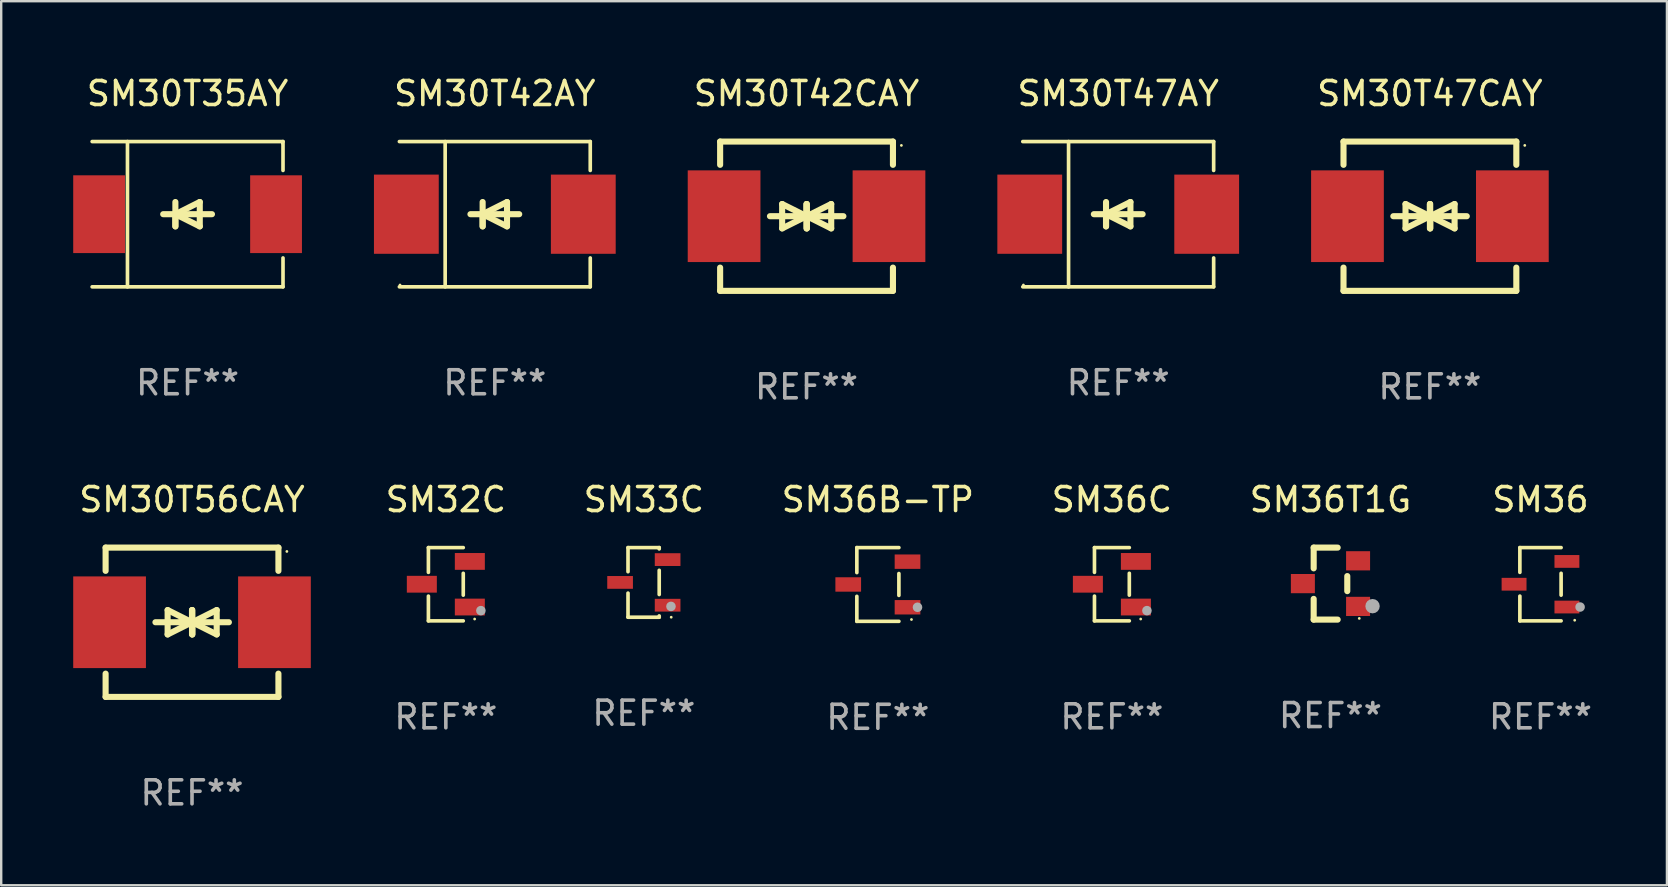
<source format=kicad_pcb>
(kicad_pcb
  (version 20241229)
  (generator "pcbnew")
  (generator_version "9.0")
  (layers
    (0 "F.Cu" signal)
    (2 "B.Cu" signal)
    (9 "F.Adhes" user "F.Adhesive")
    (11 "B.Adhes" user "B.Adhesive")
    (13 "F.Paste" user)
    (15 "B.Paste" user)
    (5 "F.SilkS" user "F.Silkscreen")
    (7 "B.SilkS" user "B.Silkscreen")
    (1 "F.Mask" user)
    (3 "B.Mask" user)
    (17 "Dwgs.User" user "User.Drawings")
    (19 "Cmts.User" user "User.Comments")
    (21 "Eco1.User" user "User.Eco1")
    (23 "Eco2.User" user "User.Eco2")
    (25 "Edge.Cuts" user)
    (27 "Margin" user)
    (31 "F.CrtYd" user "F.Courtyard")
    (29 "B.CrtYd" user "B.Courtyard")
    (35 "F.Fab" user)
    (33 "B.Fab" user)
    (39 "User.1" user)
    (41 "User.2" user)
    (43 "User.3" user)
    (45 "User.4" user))
  (footprint "SM30T56CAY"
    (layer "F.Cu")
    (at 4.95 22.875)
    (property "Reference" "SM30T56CAY" (at 0 -5.11 0) (layer "F.SilkS") (effects (font (size 1 1) (thickness 0.15))))
    (attr through_hole)
    (fp_line (start -3.6 -2.141) (end -3.6 -3.11) (stroke (width 0.254) (type solid)) (layer "F.SilkS"))
    (fp_line (start -3.6 3.11) (end -3.6 2.141) (stroke (width 0.254) (type solid)) (layer "F.SilkS"))
    (fp_line (start -1.524 0) (end 0.508 0) (stroke (width 0.254) (type solid)) (layer "F.SilkS"))
    (fp_line (start -1.016 -0.508) (end -1.016 0.508) (stroke (width 0.254) (type solid)) (layer "F.SilkS"))
    (fp_line (start -1.016 0.508) (end 0 0) (stroke (width 0.254) (type solid)) (layer "F.SilkS"))
    (fp_line (start 0 -0.508) (end 0 0.508) (stroke (width 0.254) (type solid)) (layer "F.SilkS"))
    (fp_line (start 0 0) (end -1.016 -0.508) (stroke (width 0.254) (type solid)) (layer "F.SilkS"))
    (fp_line (start 0 0) (end 0 -0.508) (stroke (width 0.254) (type solid)) (layer "F.SilkS"))
    (fp_line (start 0.012 0) (end 0.012 0.508) (stroke (width 0.254) (type solid)) (layer "F.SilkS"))
    (fp_line (start 0.012 0) (end 1.028 0.508) (stroke (width 0.254) (type solid)) (layer "F.SilkS"))
    (fp_line (start 0.012 0.508) (end 0.012 -0.508) (stroke (width 0.254) (type solid)) (layer "F.SilkS"))
    (fp_line (start 1.028 -0.508) (end 0.012 0) (stroke (width 0.254) (type solid)) (layer "F.SilkS"))
    (fp_line (start 1.028 0.508) (end 1.028 -0.508) (stroke (width 0.254) (type solid)) (layer "F.SilkS"))
    (fp_line (start 1.536 0) (end -0.496 0) (stroke (width 0.254) (type solid)) (layer "F.SilkS"))
    (fp_line (start 3.6 -3.11) (end -3.6 -3.11) (stroke (width 0.254) (type solid)) (layer "F.SilkS"))
    (fp_line (start 3.6 -2.141) (end 3.6 -3.11) (stroke (width 0.254) (type solid)) (layer "F.SilkS"))
    (fp_line (start 3.6 3.11) (end -3.6 3.11) (stroke (width 0.254) (type solid)) (layer "F.SilkS"))
    (fp_line (start 3.6 3.11) (end 3.6 2.141) (stroke (width 0.254) (type solid)) (layer "F.SilkS"))
    (fp_circle (center 3.952 -2.95) (end 3.982 -2.95) (stroke (width 0.06) (type solid)) (fill no) (layer "F.SilkS"))
    (fp_text user "REF**" (at 0 7.11 0) (layer "F.Fab") (effects (font (size 1 1) (thickness 0.15))))
    (pad "1" smd rect (at 3.435 0) (size 3.03 3.82) (layers "F.Cu" "F.Mask" "F.Paste"))
    (pad "2" smd rect (at -3.435 0) (size 3.03 3.82) (layers "F.Cu" "F.Mask" "F.Paste")))
  (footprint "SM36B-TP"
    (layer "F.Cu")
    (at 33.525 21.301)
    (property "Reference" "SM36B-TP" (at 0 -3.536 0) (layer "F.SilkS") (effects (font (size 1 1) (thickness 0.15))))
    (attr through_hole)
    (fp_line (start -0.876 -1.536) (end -0.876 -0.495) (stroke (width 0.152) (type solid)) (layer "F.SilkS"))
    (fp_line (start -0.876 1.536) (end -0.876 0.495) (stroke (width 0.152) (type solid)) (layer "F.SilkS"))
    (fp_line (start 0.876 -1.536) (end -0.876 -1.536) (stroke (width 0.152) (type solid)) (layer "F.SilkS"))
    (fp_line (start 0.876 -0.455) (end 0.876 0.455) (stroke (width 0.152) (type solid)) (layer "F.SilkS"))
    (fp_line (start 0.876 1.536) (end -0.876 1.536) (stroke (width 0.152) (type solid)) (layer "F.SilkS"))
    (fp_circle (center 1.4 1.46) (end 1.43 1.46) (stroke (width 0.06) (type solid)) (fill no) (layer "F.SilkS"))
    (fp_circle (center 1.651 0.95) (end 1.751 0.95) (stroke (width 0.2) (type solid)) (fill no) (layer "F.Fab"))
    (fp_text user "REF**" (at 0 5.536 0) (layer "F.Fab") (effects (font (size 1 1) (thickness 0.15))))
    (pad "1" smd rect (at 1.235 0.95) (size 1.07 0.6) (layers "F.Cu" "F.Mask" "F.Paste"))
    (pad "2" smd rect (at 1.235 -0.95) (size 1.07 0.6) (layers "F.Cu" "F.Mask" "F.Paste"))
    (pad "3" smd rect (at -1.235 0) (size 1.07 0.6) (layers "F.Cu" "F.Mask" "F.Paste")))
  (footprint "SM33C"
    (layer "F.Cu")
    (at 23.775 21.215)
    (property "Reference" "SM33C" (at 0 -3.45 0) (layer "F.SilkS") (effects (font (size 1 1) (thickness 0.15))))
    (attr through_hole)
    (fp_line (start -0.66 -1.45) (end -0.66 -0.446) (stroke (width 0.152) (type solid)) (layer "F.SilkS"))
    (fp_line (start -0.66 0.446) (end -0.66 1.45) (stroke (width 0.152) (type solid)) (layer "F.SilkS"))
    (fp_line (start -0.66 1.45) (end 0.64 1.45) (stroke (width 0.152) (type solid)) (layer "F.SilkS"))
    (fp_line (start 0.64 -1.45) (end -0.66 -1.45) (stroke (width 0.152) (type solid)) (layer "F.SilkS"))
    (fp_line (start 0.64 -1.396) (end 0.64 -1.45) (stroke (width 0.152) (type solid)) (layer "F.SilkS"))
    (fp_line (start 0.64 0.504) (end 0.64 -0.504) (stroke (width 0.152) (type solid)) (layer "F.SilkS"))
    (fp_line (start 0.64 1.45) (end 0.64 1.396) (stroke (width 0.152) (type solid)) (layer "F.SilkS"))
    (fp_circle (center 1.14 1.45) (end 1.17 1.45) (stroke (width 0.06) (type solid)) (fill no) (layer "F.SilkS"))
    (fp_circle (center 1.13 1) (end 1.23 1) (stroke (width 0.2) (type solid)) (fill no) (layer "F.Fab"))
    (fp_text user "REF**" (at 0 5.45 0) (layer "F.Fab") (effects (font (size 1 1) (thickness 0.15))))
    (pad "1" smd rect (at 0.99 0.95) (size 1.07 0.532) (layers "F.Cu" "F.Mask" "F.Paste"))
    (pad "2" smd rect (at 0.99 -0.95) (size 1.07 0.532) (layers "F.Cu" "F.Mask" "F.Paste"))
    (pad "3" smd rect (at -0.99 -0.000013) (size 1.07 0.532) (layers "F.Cu" "F.Mask" "F.Paste")))
  (footprint "SM30T42AY"
    (layer "F.Cu")
    (at 17.566 5.874)
    (property "Reference" "SM30T42AY" (at 0 -5.026 0) (layer "F.SilkS") (effects (font (size 1 1) (thickness 0.15))))
    (attr through_hole)
    (fp_line (start -3.976 -3.026) (end 3.976 -3.026) (stroke (width 0.152) (type solid)) (layer "F.SilkS"))
    (fp_line (start -3.976 3.026) (end 3.976 3.026) (stroke (width 0.152) (type solid)) (layer "F.SilkS"))
    (fp_line (start -2.069 -3.026) (end -2.069 3.026) (stroke (width 0.152) (type solid)) (layer "F.SilkS"))
    (fp_line (start -0.508 0) (end -0.508 0.508) (stroke (width 0.254) (type solid)) (layer "F.SilkS"))
    (fp_line (start -0.508 0) (end 0.508 0.508) (stroke (width 0.254) (type solid)) (layer "F.SilkS"))
    (fp_line (start -0.508 0.508) (end -0.508 -0.508) (stroke (width 0.254) (type solid)) (layer "F.SilkS"))
    (fp_line (start 0.508 -0.508) (end -0.508 0) (stroke (width 0.254) (type solid)) (layer "F.SilkS"))
    (fp_line (start 0.508 0.508) (end 0.508 -0.508) (stroke (width 0.254) (type solid)) (layer "F.SilkS"))
    (fp_line (start 1.016 0) (end -1.016 0) (stroke (width 0.254) (type solid)) (layer "F.SilkS"))
    (fp_line (start 3.976 -3.026) (end 3.976 -1.823) (stroke (width 0.152) (type solid)) (layer "F.SilkS"))
    (fp_line (start 3.976 3.026) (end 3.976 1.823) (stroke (width 0.152) (type solid)) (layer "F.SilkS"))
    (fp_circle (center -3.95 2.95) (end -3.92 2.95) (stroke (width 0.06) (type solid)) (fill no) (layer "F.SilkS"))
    (fp_text user "REF**" (at 0 7.026 0) (layer "F.Fab") (effects (font (size 1 1) (thickness 0.15))))
    (pad "1" smd rect (at -3.686 0) (size 2.7 3.3) (layers "F.Cu" "F.Mask" "F.Paste"))
    (pad "2" smd rect (at 3.686 0) (size 2.7 3.3) (layers "F.Cu" "F.Mask" "F.Paste")))
  (footprint "SM36T1G"
    (layer "F.Cu")
    (at 52.382 21.265)
    (property "Reference" "SM36T1G" (at 0 -3.5 0) (layer "F.SilkS") (effects (font (size 1 1) (thickness 0.15))))
    (attr through_hole)
    (fp_line (start -0.7 -1.5) (end 0.3 -1.5) (stroke (width 0.254) (type solid)) (layer "F.SilkS"))
    (fp_line (start -0.7 -0.636) (end -0.7 -1.5) (stroke (width 0.254) (type solid)) (layer "F.SilkS"))
    (fp_line (start -0.7 1.5) (end -0.7 0.636) (stroke (width 0.254) (type solid)) (layer "F.SilkS"))
    (fp_line (start -0.7 1.5) (end 0.3 1.5) (stroke (width 0.254) (type solid)) (layer "F.SilkS"))
    (fp_line (start 0.7 0.314) (end 0.7 -0.314) (stroke (width 0.254) (type solid)) (layer "F.SilkS"))
    (fp_circle (center 1.2 1.45) (end 1.23 1.45) (stroke (width 0.06) (type solid)) (fill no) (layer "F.SilkS"))
    (fp_circle (center 1.753 0.94) (end 1.903 0.94) (stroke (width 0.3) (type solid)) (fill no) (layer "F.Fab"))
    (fp_text user "REF**" (at 0 5.5 0) (layer "F.Fab") (effects (font (size 1 1) (thickness 0.15))))
    (pad "1" smd rect (at 1.15 0.95 180) (size 1 0.8) (layers "F.Cu" "F.Mask" "F.Paste"))
    (pad "2" smd rect (at 1.15 -0.95 180) (size 1 0.8) (layers "F.Cu" "F.Mask" "F.Paste"))
    (pad "3" smd rect (at -1.15 -0.000051 180) (size 1 0.8) (layers "F.Cu" "F.Mask" "F.Paste")))
  (footprint "SM32C"
    (layer "F.Cu")
    (at 15.525 21.291)
    (property "Reference" "SM32C" (at 0 -3.526 0) (layer "F.SilkS") (effects (font (size 1 1) (thickness 0.15))))
    (attr through_hole)
    (fp_line (start -0.726 -1.526) (end -0.726 -0.495) (stroke (width 0.152) (type solid)) (layer "F.SilkS"))
    (fp_line (start -0.726 1.526) (end -0.726 0.495) (stroke (width 0.152) (type solid)) (layer "F.SilkS"))
    (fp_line (start 0.726 -1.526) (end -0.726 -1.526) (stroke (width 0.152) (type solid)) (layer "F.SilkS"))
    (fp_line (start 0.726 -0.455) (end 0.726 0.455) (stroke (width 0.152) (type solid)) (layer "F.SilkS"))
    (fp_line (start 0.726 1.526) (end -0.726 1.526) (stroke (width 0.152) (type solid)) (layer "F.SilkS"))
    (fp_circle (center 1.2 1.45) (end 1.23 1.45) (stroke (width 0.06) (type solid)) (fill no) (layer "F.SilkS"))
    (fp_circle (center 1.46 1.1) (end 1.56 1.1) (stroke (width 0.2) (type solid)) (fill no) (layer "F.Fab"))
    (fp_text user "REF**" (at 0 5.526 0) (layer "F.Fab") (effects (font (size 1 1) (thickness 0.15))))
    (pad "1" smd rect (at 1 0.95) (size 1.25 0.7) (layers "F.Cu" "F.Mask" "F.Paste"))
    (pad "2" smd rect (at 1 -0.95) (size 1.25 0.7) (layers "F.Cu" "F.Mask" "F.Paste"))
    (pad "3" smd rect (at -1 0) (size 1.25 0.7) (layers "F.Cu" "F.Mask" "F.Paste")))
  (footprint "SM30T35AY"
    (layer "F.Cu")
    (at 4.765 5.874)
    (property "Reference" "SM30T35AY" (at 0 -5.026 0) (layer "F.SilkS") (effects (font (size 1 1) (thickness 0.15))))
    (attr through_hole)
    (fp_line (start -3.976 -3.026) (end 3.976 -3.026) (stroke (width 0.152) (type solid)) (layer "F.SilkS"))
    (fp_line (start -3.976 3.026) (end 3.976 3.026) (stroke (width 0.152) (type solid)) (layer "F.SilkS"))
    (fp_line (start -2.504 -3.026) (end -2.504 3.026) (stroke (width 0.152) (type solid)) (layer "F.SilkS"))
    (fp_line (start -0.508 0) (end -0.508 0.508) (stroke (width 0.254) (type solid)) (layer "F.SilkS"))
    (fp_line (start -0.508 0) (end 0.508 0.508) (stroke (width 0.254) (type solid)) (layer "F.SilkS"))
    (fp_line (start -0.508 0.508) (end -0.508 -0.508) (stroke (width 0.254) (type solid)) (layer "F.SilkS"))
    (fp_line (start 0.508 -0.508) (end -0.508 0) (stroke (width 0.254) (type solid)) (layer "F.SilkS"))
    (fp_line (start 0.508 0.508) (end 0.508 -0.508) (stroke (width 0.254) (type solid)) (layer "F.SilkS"))
    (fp_line (start 1.016 0) (end -1.016 0) (stroke (width 0.254) (type solid)) (layer "F.SilkS"))
    (fp_line (start 3.976 -3.026) (end 3.976 -1.823) (stroke (width 0.152) (type solid)) (layer "F.SilkS"))
    (fp_line (start 3.976 3.026) (end 3.976 1.823) (stroke (width 0.152) (type solid)) (layer "F.SilkS"))
    (fp_circle (center 3.95 -2.95) (end 3.98 -2.95) (stroke (width 0.06) (type solid)) (fill no) (layer "F.SilkS"))
    (fp_text user "REF**" (at 0 7.026 0) (layer "F.Fab") (effects (font (size 1 1) (thickness 0.15))))
    (pad "1" smd rect (at 3.686 0 180) (size 2.158 3.24) (layers "F.Cu" "F.Mask" "F.Paste"))
    (pad "2" smd rect (at -3.686 0 180) (size 2.158 3.24) (layers "F.Cu" "F.Mask" "F.Paste")))
  (footprint "SM30T47AY"
    (layer "F.Cu")
    (at 43.539 5.874)
    (property "Reference" "SM30T47AY" (at 0 -5.026 0) (layer "F.SilkS") (effects (font (size 1 1) (thickness 0.15))))
    (attr through_hole)
    (fp_line (start -3.976 -3.026) (end 3.976 -3.026) (stroke (width 0.152) (type solid)) (layer "F.SilkS"))
    (fp_line (start -3.976 3.026) (end 3.976 3.026) (stroke (width 0.152) (type solid)) (layer "F.SilkS"))
    (fp_line (start -2.069 -3.026) (end -2.069 3.026) (stroke (width 0.152) (type solid)) (layer "F.SilkS"))
    (fp_line (start -0.508 0) (end -0.508 0.508) (stroke (width 0.254) (type solid)) (layer "F.SilkS"))
    (fp_line (start -0.508 0) (end 0.508 0.508) (stroke (width 0.254) (type solid)) (layer "F.SilkS"))
    (fp_line (start -0.508 0.508) (end -0.508 -0.508) (stroke (width 0.254) (type solid)) (layer "F.SilkS"))
    (fp_line (start 0.508 -0.508) (end -0.508 0) (stroke (width 0.254) (type solid)) (layer "F.SilkS"))
    (fp_line (start 0.508 0.508) (end 0.508 -0.508) (stroke (width 0.254) (type solid)) (layer "F.SilkS"))
    (fp_line (start 1.016 0) (end -1.016 0) (stroke (width 0.254) (type solid)) (layer "F.SilkS"))
    (fp_line (start 3.976 -3.026) (end 3.976 -1.823) (stroke (width 0.152) (type solid)) (layer "F.SilkS"))
    (fp_line (start 3.976 3.026) (end 3.976 1.823) (stroke (width 0.152) (type solid)) (layer "F.SilkS"))
    (fp_circle (center -3.95 2.95) (end -3.92 2.95) (stroke (width 0.06) (type solid)) (fill no) (layer "F.SilkS"))
    (fp_text user "REF**" (at 0 7.026 0) (layer "F.Fab") (effects (font (size 1 1) (thickness 0.15))))
    (pad "1" smd rect (at -3.686 0) (size 2.7 3.3) (layers "F.Cu" "F.Mask" "F.Paste"))
    (pad "2" smd rect (at 3.686 0) (size 2.7 3.3) (layers "F.Cu" "F.Mask" "F.Paste")))
  (footprint "SM30T47CAY"
    (layer "F.Cu")
    (at 56.525 5.958)
    (property "Reference" "SM30T47CAY" (at 0 -5.11 0) (layer "F.SilkS") (effects (font (size 1 1) (thickness 0.15))))
    (attr through_hole)
    (fp_line (start -3.6 -2.141) (end -3.6 -3.11) (stroke (width 0.254) (type solid)) (layer "F.SilkS"))
    (fp_line (start -3.6 3.11) (end -3.6 2.141) (stroke (width 0.254) (type solid)) (layer "F.SilkS"))
    (fp_line (start -1.524 0) (end 0.508 0) (stroke (width 0.254) (type solid)) (layer "F.SilkS"))
    (fp_line (start -1.016 -0.508) (end -1.016 0.508) (stroke (width 0.254) (type solid)) (layer "F.SilkS"))
    (fp_line (start -1.016 0.508) (end 0 0) (stroke (width 0.254) (type solid)) (layer "F.SilkS"))
    (fp_line (start 0 -0.508) (end 0 0.508) (stroke (width 0.254) (type solid)) (layer "F.SilkS"))
    (fp_line (start 0 0) (end -1.016 -0.508) (stroke (width 0.254) (type solid)) (layer "F.SilkS"))
    (fp_line (start 0 0) (end 0 -0.508) (stroke (width 0.254) (type solid)) (layer "F.SilkS"))
    (fp_line (start 0.012 0) (end 0.012 0.508) (stroke (width 0.254) (type solid)) (layer "F.SilkS"))
    (fp_line (start 0.012 0) (end 1.028 0.508) (stroke (width 0.254) (type solid)) (layer "F.SilkS"))
    (fp_line (start 0.012 0.508) (end 0.012 -0.508) (stroke (width 0.254) (type solid)) (layer "F.SilkS"))
    (fp_line (start 1.028 -0.508) (end 0.012 0) (stroke (width 0.254) (type solid)) (layer "F.SilkS"))
    (fp_line (start 1.028 0.508) (end 1.028 -0.508) (stroke (width 0.254) (type solid)) (layer "F.SilkS"))
    (fp_line (start 1.536 0) (end -0.496 0) (stroke (width 0.254) (type solid)) (layer "F.SilkS"))
    (fp_line (start 3.6 -3.11) (end -3.6 -3.11) (stroke (width 0.254) (type solid)) (layer "F.SilkS"))
    (fp_line (start 3.6 -2.141) (end 3.6 -3.11) (stroke (width 0.254) (type solid)) (layer "F.SilkS"))
    (fp_line (start 3.6 3.11) (end -3.6 3.11) (stroke (width 0.254) (type solid)) (layer "F.SilkS"))
    (fp_line (start 3.6 3.11) (end 3.6 2.141) (stroke (width 0.254) (type solid)) (layer "F.SilkS"))
    (fp_circle (center 3.952 -2.95) (end 3.982 -2.95) (stroke (width 0.06) (type solid)) (fill no) (layer "F.SilkS"))
    (fp_text user "REF**" (at 0 7.11 0) (layer "F.Fab") (effects (font (size 1 1) (thickness 0.15))))
    (pad "1" smd rect (at 3.435 0) (size 3.03 3.82) (layers "F.Cu" "F.Mask" "F.Paste"))
    (pad "2" smd rect (at -3.435 0) (size 3.03 3.82) (layers "F.Cu" "F.Mask" "F.Paste")))
  (footprint "SM36"
    (layer "F.Cu")
    (at 61.132 21.291)
    (property "Reference" "SM36" (at 0 -3.526 0) (layer "F.SilkS") (effects (font (size 1 1) (thickness 0.15))))
    (attr through_hole)
    (fp_line (start -0.859 -1.526) (end -0.859 -0.495) (stroke (width 0.152) (type solid)) (layer "F.SilkS"))
    (fp_line (start -0.859 1.526) (end -0.859 0.495) (stroke (width 0.152) (type solid)) (layer "F.SilkS"))
    (fp_line (start 0.859 -1.526) (end -0.859 -1.526) (stroke (width 0.152) (type solid)) (layer "F.SilkS"))
    (fp_line (start 0.859 -0.455) (end 0.859 0.455) (stroke (width 0.152) (type solid)) (layer "F.SilkS"))
    (fp_line (start 0.859 1.526) (end -0.859 1.526) (stroke (width 0.152) (type solid)) (layer "F.SilkS"))
    (fp_circle (center 1.425 1.5) (end 1.455 1.5) (stroke (width 0.06) (type solid)) (fill no) (layer "F.SilkS"))
    (fp_circle (center 1.65 0.95) (end 1.75 0.95) (stroke (width 0.2) (type solid)) (fill no) (layer "F.Fab"))
    (fp_text user "REF**" (at 0 5.526 0) (layer "F.Fab") (effects (font (size 1 1) (thickness 0.15))))
    (pad "1" smd rect (at 1.101 0.95) (size 1.037 0.532) (layers "F.Cu" "F.Mask" "F.Paste"))
    (pad "2" smd rect (at 1.101 -0.95) (size 1.037 0.532) (layers "F.Cu" "F.Mask" "F.Paste"))
    (pad "3" smd rect (at -1.101 0) (size 1.037 0.532) (layers "F.Cu" "F.Mask" "F.Paste")))
  (footprint "SM36C"
    (layer "F.Cu")
    (at 43.275 21.291)
    (property "Reference" "SM36C" (at 0 -3.526 0) (layer "F.SilkS") (effects (font (size 1 1) (thickness 0.15))))
    (attr through_hole)
    (fp_line (start -0.726 -1.526) (end -0.726 -0.495) (stroke (width 0.152) (type solid)) (layer "F.SilkS"))
    (fp_line (start -0.726 1.526) (end -0.726 0.495) (stroke (width 0.152) (type solid)) (layer "F.SilkS"))
    (fp_line (start 0.726 -1.526) (end -0.726 -1.526) (stroke (width 0.152) (type solid)) (layer "F.SilkS"))
    (fp_line (start 0.726 -0.455) (end 0.726 0.455) (stroke (width 0.152) (type solid)) (layer "F.SilkS"))
    (fp_line (start 0.726 1.526) (end -0.726 1.526) (stroke (width 0.152) (type solid)) (layer "F.SilkS"))
    (fp_circle (center 1.2 1.45) (end 1.23 1.45) (stroke (width 0.06) (type solid)) (fill no) (layer "F.SilkS"))
    (fp_circle (center 1.46 1.1) (end 1.56 1.1) (stroke (width 0.2) (type solid)) (fill no) (layer "F.Fab"))
    (fp_text user "REF**" (at 0 5.526 0) (layer "F.Fab") (effects (font (size 1 1) (thickness 0.15))))
    (pad "1" smd rect (at 1 0.95) (size 1.25 0.7) (layers "F.Cu" "F.Mask" "F.Paste"))
    (pad "2" smd rect (at 1 -0.95) (size 1.25 0.7) (layers "F.Cu" "F.Mask" "F.Paste"))
    (pad "3" smd rect (at -1 0) (size 1.25 0.7) (layers "F.Cu" "F.Mask" "F.Paste")))
  (footprint "SM30T42CAY"
    (layer "F.Cu")
    (at 30.553 5.958)
    (property "Reference" "SM30T42CAY" (at 0 -5.11 0) (layer "F.SilkS") (effects (font (size 1 1) (thickness 0.15))))
    (attr through_hole)
    (fp_line (start -3.6 -2.141) (end -3.6 -3.11) (stroke (width 0.254) (type solid)) (layer "F.SilkS"))
    (fp_line (start -3.6 3.11) (end -3.6 2.141) (stroke (width 0.254) (type solid)) (layer "F.SilkS"))
    (fp_line (start -1.524 0) (end 0.508 0) (stroke (width 0.254) (type solid)) (layer "F.SilkS"))
    (fp_line (start -1.016 -0.508) (end -1.016 0.508) (stroke (width 0.254) (type solid)) (layer "F.SilkS"))
    (fp_line (start -1.016 0.508) (end 0 0) (stroke (width 0.254) (type solid)) (layer "F.SilkS"))
    (fp_line (start 0 -0.508) (end 0 0.508) (stroke (width 0.254) (type solid)) (layer "F.SilkS"))
    (fp_line (start 0 0) (end -1.016 -0.508) (stroke (width 0.254) (type solid)) (layer "F.SilkS"))
    (fp_line (start 0 0) (end 0 -0.508) (stroke (width 0.254) (type solid)) (layer "F.SilkS"))
    (fp_line (start 0.012 0) (end 0.012 0.508) (stroke (width 0.254) (type solid)) (layer "F.SilkS"))
    (fp_line (start 0.012 0) (end 1.028 0.508) (stroke (width 0.254) (type solid)) (layer "F.SilkS"))
    (fp_line (start 0.012 0.508) (end 0.012 -0.508) (stroke (width 0.254) (type solid)) (layer "F.SilkS"))
    (fp_line (start 1.028 -0.508) (end 0.012 0) (stroke (width 0.254) (type solid)) (layer "F.SilkS"))
    (fp_line (start 1.028 0.508) (end 1.028 -0.508) (stroke (width 0.254) (type solid)) (layer "F.SilkS"))
    (fp_line (start 1.536 0) (end -0.496 0) (stroke (width 0.254) (type solid)) (layer "F.SilkS"))
    (fp_line (start 3.6 -3.11) (end -3.6 -3.11) (stroke (width 0.254) (type solid)) (layer "F.SilkS"))
    (fp_line (start 3.6 -2.141) (end 3.6 -3.11) (stroke (width 0.254) (type solid)) (layer "F.SilkS"))
    (fp_line (start 3.6 3.11) (end -3.6 3.11) (stroke (width 0.254) (type solid)) (layer "F.SilkS"))
    (fp_line (start 3.6 3.11) (end 3.6 2.141) (stroke (width 0.254) (type solid)) (layer "F.SilkS"))
    (fp_circle (center 3.952 -2.95) (end 3.982 -2.95) (stroke (width 0.06) (type solid)) (fill no) (layer "F.SilkS"))
    (fp_text user "REF**" (at 0 7.11 0) (layer "F.Fab") (effects (font (size 1 1) (thickness 0.15))))
    (pad "1" smd rect (at 3.435 0) (size 3.03 3.82) (layers "F.Cu" "F.Mask" "F.Paste"))
    (pad "2" smd rect (at -3.435 0) (size 3.03 3.82) (layers "F.Cu" "F.Mask" "F.Paste")))
  (gr_rect
    (start -3 -3)
    (end 66.4 33.833)
    (stroke (width 0.1) (type default))
    (fill no)
    (layer "Edge.Cuts")))
</source>
